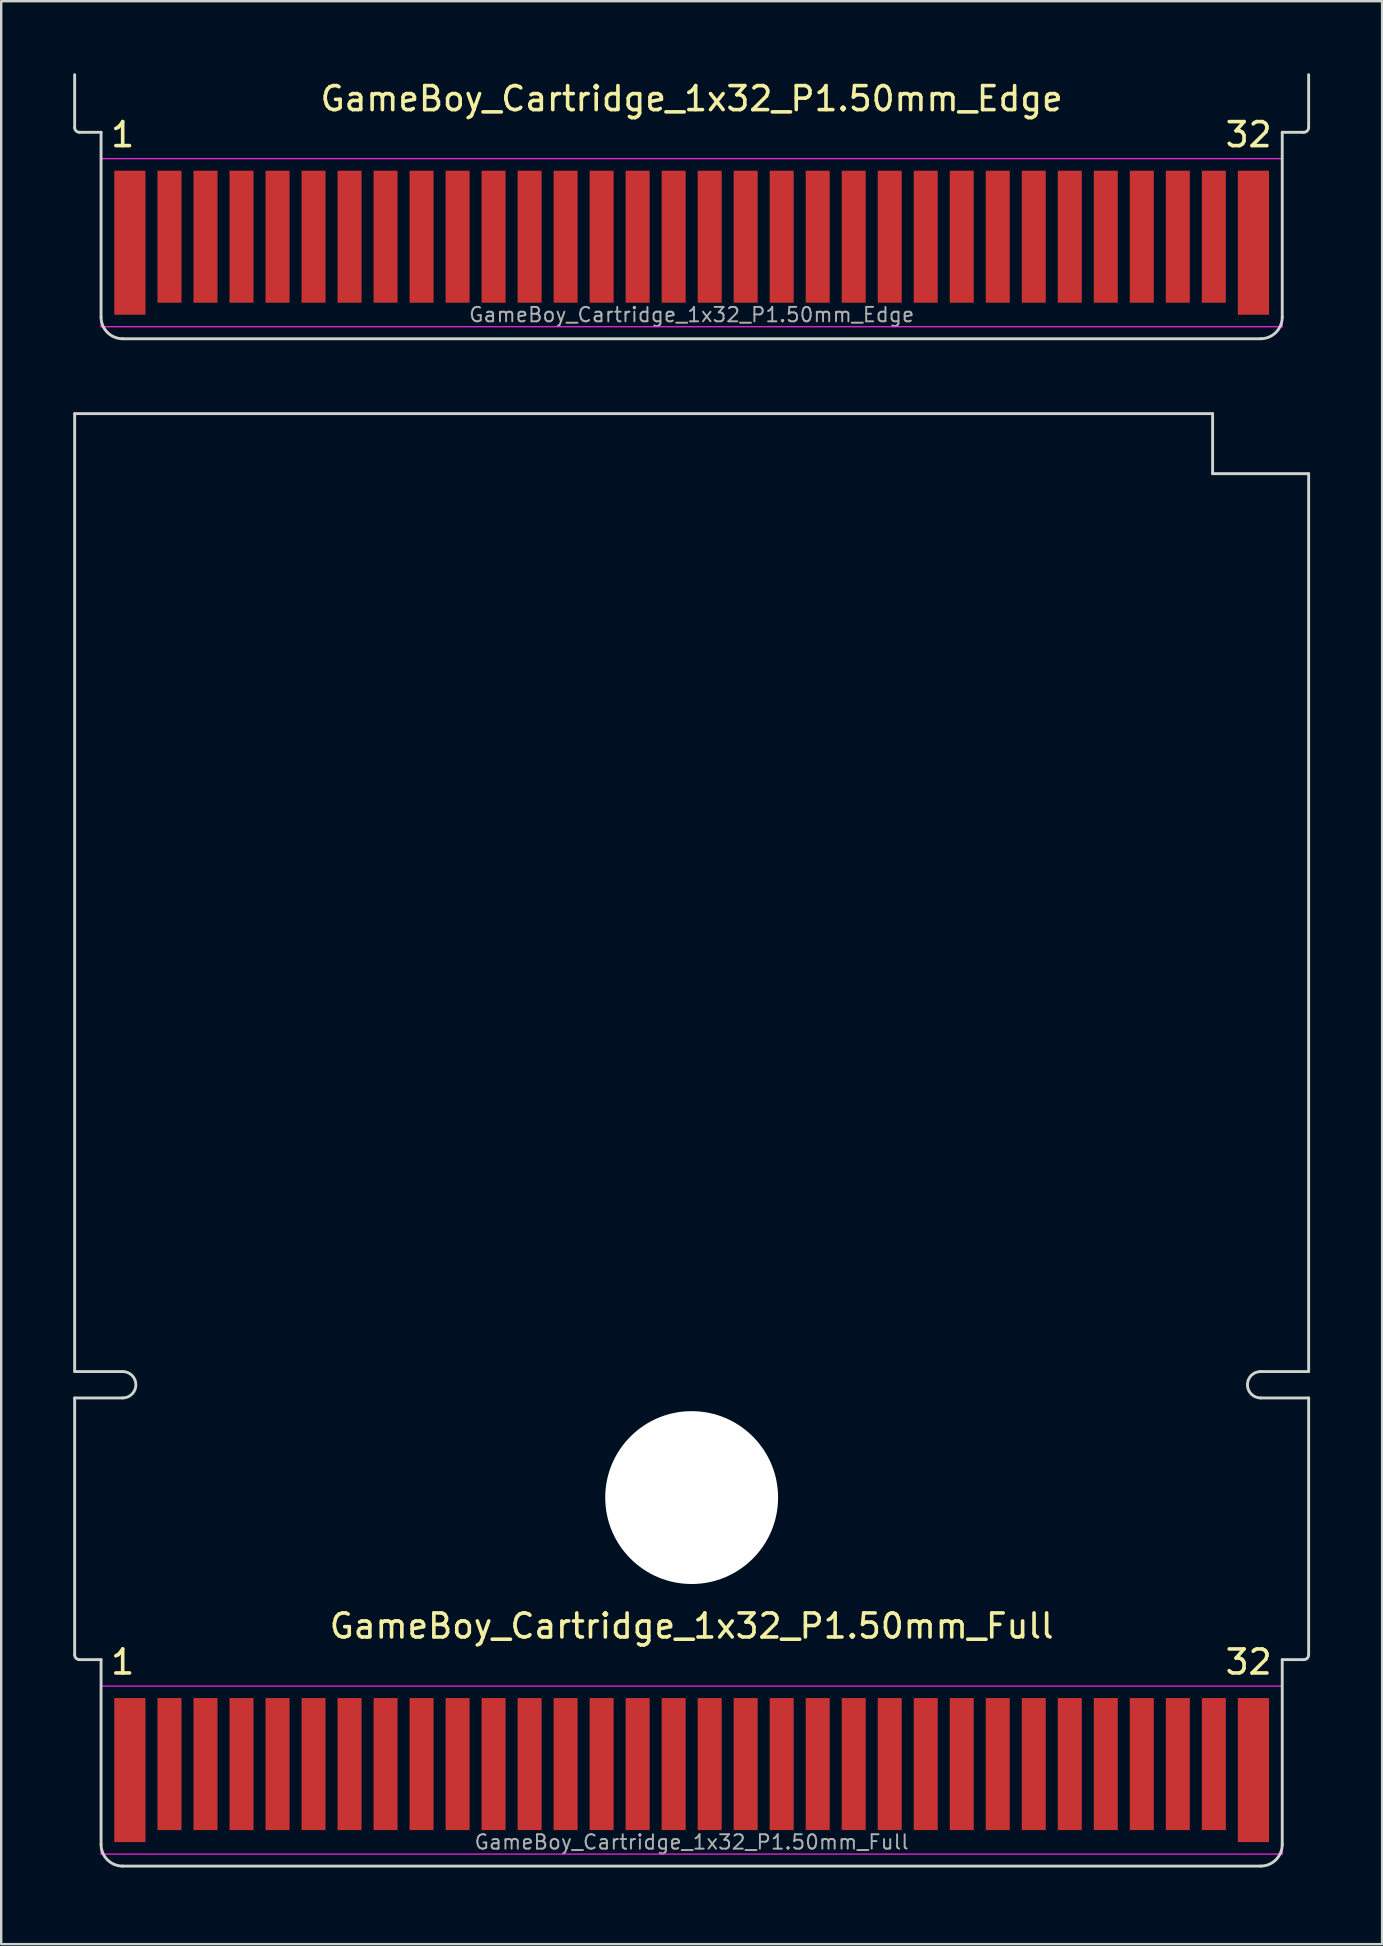
<source format=kicad_pcb>
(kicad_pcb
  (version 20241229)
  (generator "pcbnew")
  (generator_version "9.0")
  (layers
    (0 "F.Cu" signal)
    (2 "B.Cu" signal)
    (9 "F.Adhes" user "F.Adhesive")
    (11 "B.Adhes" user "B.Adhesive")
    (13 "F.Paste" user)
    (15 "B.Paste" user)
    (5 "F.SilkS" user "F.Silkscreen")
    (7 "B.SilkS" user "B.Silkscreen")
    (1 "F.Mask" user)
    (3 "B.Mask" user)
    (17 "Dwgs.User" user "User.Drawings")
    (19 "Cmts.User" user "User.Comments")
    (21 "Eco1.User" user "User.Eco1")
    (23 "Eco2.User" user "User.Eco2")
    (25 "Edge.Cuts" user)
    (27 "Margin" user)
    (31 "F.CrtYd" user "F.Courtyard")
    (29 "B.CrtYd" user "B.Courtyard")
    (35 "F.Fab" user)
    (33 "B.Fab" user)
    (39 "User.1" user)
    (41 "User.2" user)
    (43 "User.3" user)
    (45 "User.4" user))
  (footprint "GameBoy_Cartridge_1x32_P1.50mm_Full"
    (layer "F.Cu")
    (at 49.46 74.68)
    (property "Reference" "GameBoy_Cartridge_1x32_P1.50mm_Full" (at -23.7 -10 0) (layer "F.SilkS") (effects (font (size 1 1) (thickness 0.15))))
    (attr exclude_from_pos_files exclude_from_bom)
    (fp_line (start -49.4 -20.6) (end -49.4 -60.5) (stroke (width 0.12) (type solid)) (layer "Edge.Cuts"))
    (fp_line (start -49.4 -19.5) (end -47.4 -19.5) (stroke (width 0.12) (type solid)) (layer "Edge.Cuts"))
    (fp_line (start -49.4 -8.8) (end -49.4 -19.5) (stroke (width 0.12) (type solid)) (layer "Edge.Cuts"))
    (fp_line (start -48.3 -8.6) (end -49.2 -8.6) (stroke (width 0.12) (type solid)) (layer "Edge.Cuts"))
    (fp_line (start -48.3 -0.9) (end -48.3 -8.6) (stroke (width 0.12) (type solid)) (layer "Edge.Cuts"))
    (fp_line (start -47.4 -20.6) (end -49.4 -20.6) (stroke (width 0.12) (type solid)) (layer "Edge.Cuts"))
    (fp_line (start -47.4 0) (end 0 0) (stroke (width 0.12) (type solid)) (layer "Edge.Cuts"))
    (fp_line (start -2 -60.5) (end -49.4 -60.5) (stroke (width 0.12) (type solid)) (layer "Edge.Cuts"))
    (fp_line (start -2 -60.5) (end -2 -58) (stroke (width 0.12) (type solid)) (layer "Edge.Cuts"))
    (fp_line (start 0 -20.6) (end 2 -20.6) (stroke (width 0.12) (type solid)) (layer "Edge.Cuts"))
    (fp_line (start 0.9 -8.6) (end 1.8 -8.6) (stroke (width 0.12) (type solid)) (layer "Edge.Cuts"))
    (fp_line (start 0.9 -0.9) (end 0.9 -8.6) (stroke (width 0.12) (type solid)) (layer "Edge.Cuts"))
    (fp_line (start 2 -58) (end -2 -58) (stroke (width 0.12) (type solid)) (layer "Edge.Cuts"))
    (fp_line (start 2 -20.6) (end 2 -58) (stroke (width 0.12) (type solid)) (layer "Edge.Cuts"))
    (fp_line (start 2 -19.5) (end 0 -19.5) (stroke (width 0.12) (type solid)) (layer "Edge.Cuts"))
    (fp_line (start 2 -8.8) (end 2 -19.5) (stroke (width 0.12) (type solid)) (layer "Edge.Cuts"))
    (fp_arc (start -49.200001 -8.600001) (mid -49.341422 -8.658579) (end -49.4 -8.8) (stroke (width 0.12) (type solid)) (layer "Edge.Cuts"))
    (fp_arc (start -47.400002 0.000002) (mid -48.036398 -0.263603) (end -48.3 -0.9) (stroke (width 0.12) (type solid)) (layer "Edge.Cuts"))
    (fp_arc (start -47.4 -20.6) (mid -46.85 -20.05) (end -47.4 -19.5) (stroke (width 0.12) (type solid)) (layer "Edge.Cuts"))
    (fp_arc (start 0 -19.5) (mid -0.55 -20.05) (end 0 -20.6) (stroke (width 0.12) (type solid)) (layer "Edge.Cuts"))
    (fp_arc (start 0.900002 -0.899998) (mid 0.636397 -0.263602) (end 0 0) (stroke (width 0.12) (type solid)) (layer "Edge.Cuts"))
    (fp_arc (start 2 -8.8) (mid 1.941422 -8.658579) (end 1.800001 -8.600001) (stroke (width 0.12) (type solid)) (layer "Edge.Cuts"))
    (fp_line (start -48.3 -7.5) (end 0.9 -7.5) (stroke (width 0.05) (type solid)) (layer "F.CrtYd"))
    (fp_line (start -48.3 -0.5) (end -48.3 -7.5) (stroke (width 0.05) (type solid)) (layer "F.CrtYd"))
    (fp_line (start 0.9 -7.5) (end 0.9 -0.5) (stroke (width 0.05) (type solid)) (layer "F.CrtYd"))
    (fp_line (start 0.9 -0.5) (end -48.3 -0.5) (stroke (width 0.05) (type solid)) (layer "F.CrtYd"))
    (fp_text user "32" (at -0.5 -8.5 0) (layer "F.SilkS") (effects (font (size 1 1) (thickness 0.15))))
    (fp_text user "1" (at -47.4 -8.5 0) (layer "F.SilkS") (effects (font (size 1 1) (thickness 0.15))))
    (fp_text user "${REFERENCE}" (at -23.7 -1 0) (layer "F.Fab") (effects (font (size 0.6 0.6) (thickness 0.08))))
    (pad "" np_thru_hole circle (at -23.7 -15.35) (size 7.2 7.2) (drill 7.2) (layers "*.Cu" "*.Mask"))
    (pad "1" connect rect (at -47.1 -4 90) (size 6 1.3) (layers "F.Cu" "F.Mask"))
    (pad "2" connect rect (at -45.45 -4.25 90) (size 5.5 1) (layers "F.Cu" "F.Mask"))
    (pad "3" connect rect (at -43.95 -4.25 90) (size 5.5 1) (layers "F.Cu" "F.Mask"))
    (pad "4" connect rect (at -42.45 -4.25 90) (size 5.5 1) (layers "F.Cu" "F.Mask"))
    (pad "5" connect rect (at -40.95 -4.25 90) (size 5.5 1) (layers "F.Cu" "F.Mask"))
    (pad "6" connect rect (at -39.45 -4.25 90) (size 5.5 1) (layers "F.Cu" "F.Mask"))
    (pad "7" connect rect (at -37.95 -4.25 90) (size 5.5 1) (layers "F.Cu" "F.Mask"))
    (pad "8" connect rect (at -36.45 -4.25 90) (size 5.5 1) (layers "F.Cu" "F.Mask"))
    (pad "9" connect rect (at -34.95 -4.25 90) (size 5.5 1) (layers "F.Cu" "F.Mask"))
    (pad "10" connect rect (at -33.45 -4.25 90) (size 5.5 1) (layers "F.Cu" "F.Mask"))
    (pad "11" connect rect (at -31.95 -4.25 90) (size 5.5 1) (layers "F.Cu" "F.Mask"))
    (pad "12" connect rect (at -30.45 -4.25 90) (size 5.5 1) (layers "F.Cu" "F.Mask"))
    (pad "13" connect rect (at -28.95 -4.25 90) (size 5.5 1) (layers "F.Cu" "F.Mask"))
    (pad "14" connect rect (at -27.45 -4.25 90) (size 5.5 1) (layers "F.Cu" "F.Mask"))
    (pad "15" connect rect (at -25.95 -4.25 90) (size 5.5 1) (layers "F.Cu" "F.Mask"))
    (pad "16" connect rect (at -24.45 -4.25 90) (size 5.5 1) (layers "F.Cu" "F.Mask"))
    (pad "17" connect rect (at -22.95 -4.25 90) (size 5.5 1) (layers "F.Cu" "F.Mask"))
    (pad "18" connect rect (at -21.45 -4.25 90) (size 5.5 1) (layers "F.Cu" "F.Mask"))
    (pad "19" connect rect (at -19.95 -4.25 90) (size 5.5 1) (layers "F.Cu" "F.Mask"))
    (pad "20" connect rect (at -18.45 -4.25 90) (size 5.5 1) (layers "F.Cu" "F.Mask"))
    (pad "21" connect rect (at -16.95 -4.25 90) (size 5.5 1) (layers "F.Cu" "F.Mask"))
    (pad "22" connect rect (at -15.45 -4.25 90) (size 5.5 1) (layers "F.Cu" "F.Mask"))
    (pad "23" connect rect (at -13.95 -4.25 90) (size 5.5 1) (layers "F.Cu" "F.Mask"))
    (pad "24" connect rect (at -12.45 -4.25 90) (size 5.5 1) (layers "F.Cu" "F.Mask"))
    (pad "25" connect rect (at -10.95 -4.25 90) (size 5.5 1) (layers "F.Cu" "F.Mask"))
    (pad "26" connect rect (at -9.45 -4.25 90) (size 5.5 1) (layers "F.Cu" "F.Mask"))
    (pad "27" connect rect (at -7.95 -4.25 90) (size 5.5 1) (layers "F.Cu" "F.Mask"))
    (pad "28" connect rect (at -6.45 -4.25 90) (size 5.5 1) (layers "F.Cu" "F.Mask"))
    (pad "29" connect rect (at -4.95 -4.25 90) (size 5.5 1) (layers "F.Cu" "F.Mask"))
    (pad "30" connect rect (at -3.45 -4.25 90) (size 5.5 1) (layers "F.Cu" "F.Mask"))
    (pad "31" connect rect (at -1.95 -4.25 90) (size 5.5 1) (layers "F.Cu" "F.Mask"))
    (pad "32" connect rect (at -0.3 -4 90) (size 6 1.3) (layers "F.Cu" "F.Mask")))
  (footprint "GameBoy_Cartridge_1x32_P1.50mm_Edge"
    (layer "F.Cu")
    (at 25.76 7.06)
    (property "Reference" "GameBoy_Cartridge_1x32_P1.50mm_Edge" (at 0 -6 0) (layer "F.SilkS") (effects (font (size 1 1) (thickness 0.15))))
    (attr exclude_from_pos_files exclude_from_bom)
    (fp_line (start -25.7 -4.8) (end -25.7 -7) (stroke (width 0.12) (type solid)) (layer "Edge.Cuts"))
    (fp_line (start -24.6 -4.6) (end -25.5 -4.6) (stroke (width 0.12) (type solid)) (layer "Edge.Cuts"))
    (fp_line (start -24.6 3.1) (end -24.6 -4.6) (stroke (width 0.12) (type solid)) (layer "Edge.Cuts"))
    (fp_line (start -23.7 4) (end 23.7 4) (stroke (width 0.12) (type solid)) (layer "Edge.Cuts"))
    (fp_line (start 24.6 -4.6) (end 25.5 -4.6) (stroke (width 0.12) (type solid)) (layer "Edge.Cuts"))
    (fp_line (start 24.6 3.1) (end 24.6 -4.6) (stroke (width 0.12) (type solid)) (layer "Edge.Cuts"))
    (fp_line (start 25.7 -4.8) (end 25.7 -7) (stroke (width 0.12) (type solid)) (layer "Edge.Cuts"))
    (fp_arc (start -25.500001 -4.600001) (mid -25.641422 -4.658579) (end -25.7 -4.8) (stroke (width 0.12) (type solid)) (layer "Edge.Cuts"))
    (fp_arc (start -23.700002 4.000002) (mid -24.336398 3.736397) (end -24.6 3.1) (stroke (width 0.12) (type solid)) (layer "Edge.Cuts"))
    (fp_arc (start 24.600002 3.100002) (mid 24.336397 3.736398) (end 23.7 4) (stroke (width 0.12) (type solid)) (layer "Edge.Cuts"))
    (fp_arc (start 25.7 -4.8) (mid 25.641422 -4.658579) (end 25.500001 -4.600001) (stroke (width 0.12) (type solid)) (layer "Edge.Cuts"))
    (fp_line (start -24.6 -3.5) (end 24.6 -3.5) (stroke (width 0.05) (type solid)) (layer "F.CrtYd"))
    (fp_line (start -24.6 3.5) (end -24.6 -3.5) (stroke (width 0.05) (type solid)) (layer "F.CrtYd"))
    (fp_line (start 24.6 -3.5) (end 24.6 3.5) (stroke (width 0.05) (type solid)) (layer "F.CrtYd"))
    (fp_line (start 24.6 3.5) (end -24.6 3.5) (stroke (width 0.05) (type solid)) (layer "F.CrtYd"))
    (fp_text user "1" (at -23.7 -4.5 0) (layer "F.SilkS") (effects (font (size 1 1) (thickness 0.15))))
    (fp_text user "32" (at 23.2 -4.5 0) (layer "F.SilkS") (effects (font (size 1 1) (thickness 0.15))))
    (fp_text user "${REFERENCE}" (at 0 3 0) (layer "F.Fab") (effects (font (size 0.6 0.6) (thickness 0.08))))
    (pad "1" connect rect (at -23.4 0 90) (size 6 1.3) (layers "F.Cu" "F.Mask"))
    (pad "2" connect rect (at -21.75 -0.25 90) (size 5.5 1) (layers "F.Cu" "F.Mask"))
    (pad "3" connect rect (at -20.25 -0.25 90) (size 5.5 1) (layers "F.Cu" "F.Mask"))
    (pad "4" connect rect (at -18.75 -0.25 90) (size 5.5 1) (layers "F.Cu" "F.Mask"))
    (pad "5" connect rect (at -17.25 -0.25 90) (size 5.5 1) (layers "F.Cu" "F.Mask"))
    (pad "6" connect rect (at -15.75 -0.25 90) (size 5.5 1) (layers "F.Cu" "F.Mask"))
    (pad "7" connect rect (at -14.25 -0.25 90) (size 5.5 1) (layers "F.Cu" "F.Mask"))
    (pad "8" connect rect (at -12.75 -0.25 90) (size 5.5 1) (layers "F.Cu" "F.Mask"))
    (pad "9" connect rect (at -11.25 -0.25 90) (size 5.5 1) (layers "F.Cu" "F.Mask"))
    (pad "10" connect rect (at -9.75 -0.25 90) (size 5.5 1) (layers "F.Cu" "F.Mask"))
    (pad "11" connect rect (at -8.25 -0.25 90) (size 5.5 1) (layers "F.Cu" "F.Mask"))
    (pad "12" connect rect (at -6.75 -0.25 90) (size 5.5 1) (layers "F.Cu" "F.Mask"))
    (pad "13" connect rect (at -5.25 -0.25 90) (size 5.5 1) (layers "F.Cu" "F.Mask"))
    (pad "14" connect rect (at -3.75 -0.25 90) (size 5.5 1) (layers "F.Cu" "F.Mask"))
    (pad "15" connect rect (at -2.25 -0.25 90) (size 5.5 1) (layers "F.Cu" "F.Mask"))
    (pad "16" connect rect (at -0.75 -0.25 90) (size 5.5 1) (layers "F.Cu" "F.Mask"))
    (pad "17" connect rect (at 0.75 -0.25 90) (size 5.5 1) (layers "F.Cu" "F.Mask"))
    (pad "18" connect rect (at 2.25 -0.25 90) (size 5.5 1) (layers "F.Cu" "F.Mask"))
    (pad "19" connect rect (at 3.75 -0.25 90) (size 5.5 1) (layers "F.Cu" "F.Mask"))
    (pad "20" connect rect (at 5.25 -0.25 90) (size 5.5 1) (layers "F.Cu" "F.Mask"))
    (pad "21" connect rect (at 6.75 -0.25 90) (size 5.5 1) (layers "F.Cu" "F.Mask"))
    (pad "22" connect rect (at 8.25 -0.25 90) (size 5.5 1) (layers "F.Cu" "F.Mask"))
    (pad "23" connect rect (at 9.75 -0.25 90) (size 5.5 1) (layers "F.Cu" "F.Mask"))
    (pad "24" connect rect (at 11.25 -0.25 90) (size 5.5 1) (layers "F.Cu" "F.Mask"))
    (pad "25" connect rect (at 12.75 -0.25 90) (size 5.5 1) (layers "F.Cu" "F.Mask"))
    (pad "26" connect rect (at 14.25 -0.25 90) (size 5.5 1) (layers "F.Cu" "F.Mask"))
    (pad "27" connect rect (at 15.75 -0.25 90) (size 5.5 1) (layers "F.Cu" "F.Mask"))
    (pad "28" connect rect (at 17.25 -0.25 90) (size 5.5 1) (layers "F.Cu" "F.Mask"))
    (pad "29" connect rect (at 18.75 -0.25 90) (size 5.5 1) (layers "F.Cu" "F.Mask"))
    (pad "30" connect rect (at 20.25 -0.25 90) (size 5.5 1) (layers "F.Cu" "F.Mask"))
    (pad "31" connect rect (at 21.75 -0.25 90) (size 5.5 1) (layers "F.Cu" "F.Mask"))
    (pad "32" connect rect (at 23.4 0 90) (size 6 1.3) (layers "F.Cu" "F.Mask")))
  (gr_rect
    (start -3 -3)
    (end 54.52 77.93)
    (stroke (width 0.1) (type default))
    (fill no)
    (layer "Edge.Cuts")))
</source>
